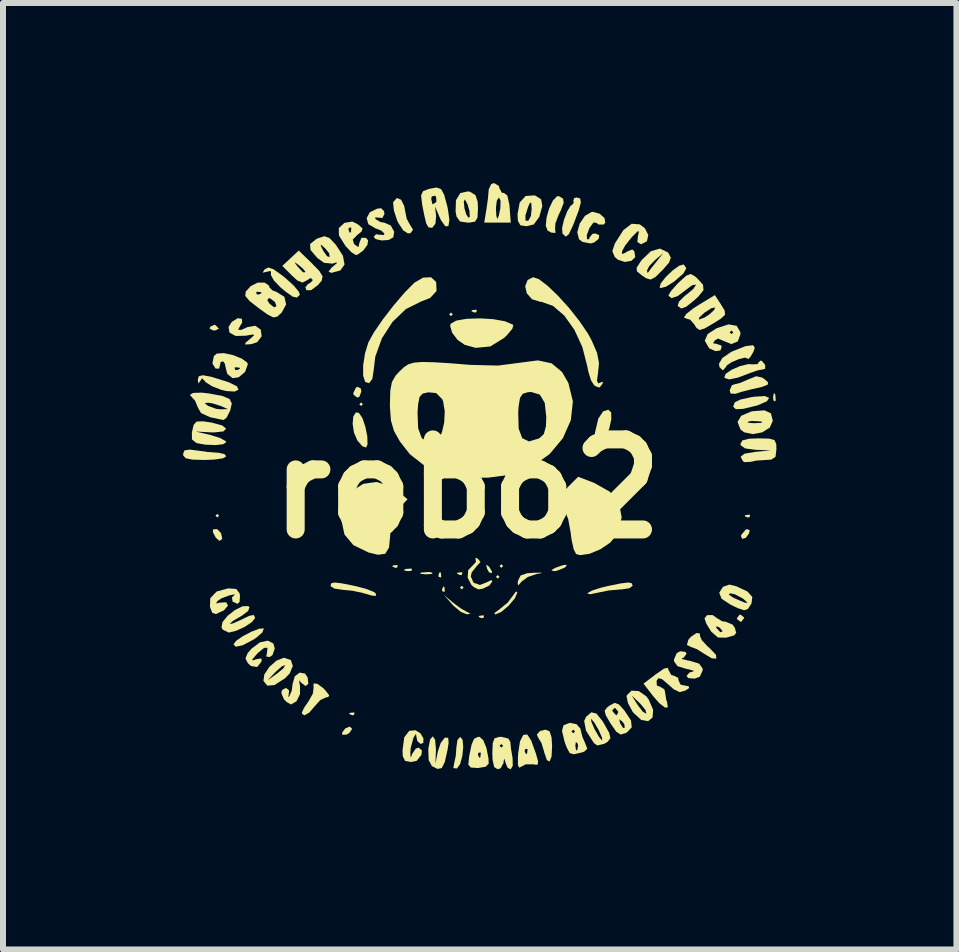
<source format=kicad_pcb>
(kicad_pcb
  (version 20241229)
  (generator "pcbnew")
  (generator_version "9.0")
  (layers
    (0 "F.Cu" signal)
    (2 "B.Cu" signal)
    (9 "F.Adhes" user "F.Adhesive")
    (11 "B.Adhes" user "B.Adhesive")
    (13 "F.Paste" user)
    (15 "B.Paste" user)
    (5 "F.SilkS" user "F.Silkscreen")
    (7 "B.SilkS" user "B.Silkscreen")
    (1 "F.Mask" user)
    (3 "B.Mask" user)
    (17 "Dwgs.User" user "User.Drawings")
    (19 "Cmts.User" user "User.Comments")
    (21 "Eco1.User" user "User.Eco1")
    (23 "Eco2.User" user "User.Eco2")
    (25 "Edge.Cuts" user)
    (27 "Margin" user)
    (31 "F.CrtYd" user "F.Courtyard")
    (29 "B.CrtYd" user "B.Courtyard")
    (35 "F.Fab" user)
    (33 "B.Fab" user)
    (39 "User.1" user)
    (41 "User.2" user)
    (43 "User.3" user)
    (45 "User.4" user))
  (footprint "robo2"
    (layer "F.Cu")
    (at 4.733 5.092)
    (property "Reference" "robo2" (at 0 0 0) (layer "F.SilkS") (effects (font (size 1.5 1.5) (thickness 0.3))))
    (attr board_only exclude_from_pos_files exclude_from_bom)
    (fp_poly (pts (xy -4.133 0.449) (xy -4.163 0.479) (xy -4.193 0.449) (xy -4.163 0.419)) (stroke (width 0) (type solid)) (fill yes) (layer "F.SilkS"))
    (fp_poly (pts (xy -1.737 -1.408) (xy -1.767 -1.378) (xy -1.797 -1.408) (xy -1.767 -1.438)) (stroke (width 0) (type solid)) (fill yes) (layer "F.SilkS"))
    (fp_poly (pts (xy -0.24 -2.905) (xy -0.27 -2.875) (xy -0.3 -2.905) (xy -0.27 -2.935)) (stroke (width 0) (type solid)) (fill yes) (layer "F.SilkS"))
    (fp_poly (pts (xy -0.06 1.647) (xy -0.09 1.677) (xy -0.12 1.647) (xy -0.09 1.617)) (stroke (width 0) (type solid)) (fill yes) (layer "F.SilkS"))
    (fp_poly (pts (xy 0.539 1.468) (xy 0.509 1.498) (xy 0.479 1.468) (xy 0.509 1.438)) (stroke (width 0) (type solid)) (fill yes) (layer "F.SilkS"))
    (fp_poly (pts (xy 0.599 1.288) (xy 0.569 1.318) (xy 0.539 1.288) (xy 0.569 1.258)) (stroke (width 0) (type solid)) (fill yes) (layer "F.SilkS"))
    (fp_poly (pts (xy -1.877 3.734) (xy -1.885 3.77) (xy -1.917 3.774) (xy -1.966 3.752) (xy -1.957 3.734) (xy -1.886 3.727)) (stroke (width 0) (type solid)) (fill yes) (layer "F.SilkS"))
    (fp_poly (pts (xy -1.158 1.278) (xy -1.166 1.314) (xy -1.198 1.318) (xy -1.247 1.296) (xy -1.238 1.278) (xy -1.167 1.271)) (stroke (width 0) (type solid)) (fill yes) (layer "F.SilkS"))
    (fp_poly (pts (xy -0.915 1.342) (xy -0.933 1.369) (xy -0.993 1.373) (xy -1.057 1.358) (xy -1.03 1.337) (xy -0.936 1.33)) (stroke (width 0) (type solid)) (fill yes) (layer "F.SilkS"))
    (fp_poly (pts (xy -0.439 1.398) (xy -0.432 1.469) (xy -0.439 1.478) (xy -0.475 1.469) (xy -0.479 1.438) (xy -0.457 1.388)) (stroke (width 0) (type solid)) (fill yes) (layer "F.SilkS"))
    (fp_poly (pts (xy -0.379 1.637) (xy -0.372 1.709) (xy -0.379 1.717) (xy -0.415 1.709) (xy -0.419 1.677) (xy -0.397 1.628)) (stroke (width 0) (type solid)) (fill yes) (layer "F.SilkS"))
    (fp_poly (pts (xy -0.08 1.398) (xy -0.088 1.433) (xy -0.12 1.438) (xy -0.169 1.416) (xy -0.16 1.398) (xy -0.089 1.391)) (stroke (width 0) (type solid)) (fill yes) (layer "F.SilkS"))
    (fp_poly (pts (xy 0.16 -2.975) (xy 0.152 -2.94) (xy 0.12 -2.935) (xy 0.071 -2.957) (xy 0.08 -2.975) (xy 0.151 -2.982)) (stroke (width 0) (type solid)) (fill yes) (layer "F.SilkS"))
    (fp_poly (pts (xy 0.28 2.117) (xy 0.271 2.152) (xy 0.24 2.157) (xy 0.19 2.135) (xy 0.2 2.117) (xy 0.271 2.109)) (stroke (width 0) (type solid)) (fill yes) (layer "F.SilkS"))
    (fp_poly (pts (xy 4.713 0.439) (xy 4.704 0.475) (xy 4.673 0.479) (xy 4.623 0.457) (xy 4.633 0.439) (xy 4.704 0.432)) (stroke (width 0) (type solid)) (fill yes) (layer "F.SilkS"))
    (fp_poly (pts (xy 5.133 -1.569) (xy 5.14 -1.475) (xy 5.128 -1.454) (xy 5.101 -1.472) (xy 5.097 -1.533) (xy 5.111 -1.597)) (stroke (width 0) (type solid)) (fill yes) (layer "F.SilkS"))
    (fp_poly (pts (xy -4.189 -2.723) (xy -4.136 -2.665) (xy -4.197 -2.637) (xy -4.227 -2.636) (xy -4.289 -2.665) (xy -4.283 -2.697) (xy -4.211 -2.731)) (stroke (width 0) (type solid)) (fill yes) (layer "F.SilkS"))
    (fp_poly (pts (xy 0.359 1.294) (xy 0.367 1.302) (xy 0.414 1.38) (xy 0.408 1.409) (xy 0.363 1.391) (xy 0.333 1.335) (xy 0.315 1.265)) (stroke (width 0) (type solid)) (fill yes) (layer "F.SilkS"))
    (fp_poly (pts (xy -4.102 0.738) (xy -4.081 0.826) (xy -4.084 0.84) (xy -4.128 0.869) (xy -4.189 0.814) (xy -4.238 0.72) (xy -4.231 0.676) (xy -4.165 0.673)) (stroke (width 0) (type solid)) (fill yes) (layer "F.SilkS"))
    (fp_poly (pts (xy -1.917 3.998) (xy -1.917 4.002) (xy -1.965 4.071) (xy -2.012 4.097) (xy -2.082 4.099) (xy -2.083 4.062) (xy -2.028 3.991) (xy -1.956 3.963)) (stroke (width 0) (type solid)) (fill yes) (layer "F.SilkS"))
    (fp_poly (pts (xy -1.774 -1.673) (xy -1.763 -1.621) (xy -1.795 -1.533) (xy -1.83 -1.518) (xy -1.892 -1.565) (xy -1.897 -1.595) (xy -1.853 -1.684) (xy -1.83 -1.698)) (stroke (width 0) (type solid)) (fill yes) (layer "F.SilkS"))
    (fp_poly (pts (xy -0.583 1.398) (xy -0.581 1.418) (xy -0.675 1.426) (xy -0.689 1.426) (xy -0.782 1.417) (xy -0.773 1.399) (xy -0.763 1.396) (xy -0.632 1.387)) (stroke (width 0) (type solid)) (fill yes) (layer "F.SilkS"))
    (fp_poly (pts (xy 1.642 1.301) (xy 1.617 1.318) (xy 1.49 1.368) (xy 1.438 1.373) (xy 1.402 1.356) (xy 1.468 1.318) (xy 1.595 1.273) (xy 1.66 1.267)) (stroke (width 0) (type solid)) (fill yes) (layer "F.SilkS"))
    (fp_poly (pts (xy 4.611 2.142) (xy 4.613 2.157) (xy 4.567 2.215) (xy 4.553 2.217) (xy 4.495 2.171) (xy 4.493 2.157) (xy 4.539 2.098) (xy 4.553 2.097)) (stroke (width 0) (type solid)) (fill yes) (layer "F.SilkS"))
    (fp_poly (pts (xy 4.707 0.691) (xy 4.696 0.744) (xy 4.641 0.819) (xy 4.581 0.836) (xy 4.561 0.787) (xy 4.567 0.768) (xy 4.64 0.683) (xy 4.661 0.673)) (stroke (width 0) (type solid)) (fill yes) (layer "F.SilkS"))
    (fp_poly (pts (xy -0.24 1.894) (xy -0.107 1.994) (xy 0 2.054) (xy 0.057 2.082) (xy -0.003 2.092) (xy -0.005 2.092) (xy -0.104 2.053) (xy -0.226 1.952) (xy -0.244 1.932) (xy -0.389 1.767)) (stroke (width 0) (type solid)) (fill yes) (layer "F.SilkS"))
    (fp_poly (pts (xy 1.24 1.406) (xy 1.168 1.418) (xy 1.011 1.47) (xy 0.908 1.546) (xy 0.849 1.612) (xy 0.841 1.575) (xy 0.849 1.528) (xy 0.89 1.446) (xy 0.998 1.408) (xy 1.109 1.4) (xy 1.233 1.398)) (stroke (width 0) (type solid)) (fill yes) (layer "F.SilkS"))
    (fp_poly (pts (xy -3.388 2.331) (xy -3.412 2.394) (xy -3.513 2.482) (xy -3.556 2.511) (xy -3.74 2.608) (xy -3.856 2.633) (xy -3.893 2.591) (xy -3.846 2.531) (xy -3.733 2.454) (xy -3.592 2.381) (xy -3.465 2.332) (xy -3.391 2.327)) (stroke (width 0) (type solid)) (fill yes) (layer "F.SilkS"))
    (fp_poly (pts (xy -1.805 -1.264) (xy -1.747 -1.181) (xy -1.697 -1.035) (xy -1.664 -0.874) (xy -1.66 -0.741) (xy -1.683 -0.686) (xy -1.746 -0.708) (xy -1.829 -0.803) (xy -1.886 -0.935) (xy -1.908 -1.08) (xy -1.897 -1.204) (xy -1.855 -1.271)) (stroke (width 0) (type solid)) (fill yes) (layer "F.SilkS"))
    (fp_poly (pts (xy -0.076 4.184) (xy -0.066 4.305) (xy -0.081 4.453) (xy -0.117 4.586) (xy -0.169 4.659) (xy -0.174 4.661) (xy -0.231 4.654) (xy -0.219 4.586) (xy -0.19 4.45) (xy -0.18 4.308) (xy -0.161 4.184) (xy -0.116 4.133)) (stroke (width 0) (type solid)) (fill yes) (layer "F.SilkS"))
    (fp_poly (pts (xy 0.837 1.725) (xy 0.837 1.725) (xy 0.795 1.825) (xy 0.692 1.947) (xy 0.57 2.051) (xy 0.469 2.095) (xy 0.467 2.095) (xy 0.454 2.07) (xy 0.532 2.014) (xy 0.533 2.013) (xy 0.675 1.897) (xy 0.755 1.791) (xy 0.812 1.712)) (stroke (width 0) (type solid)) (fill yes) (layer "F.SilkS"))
    (fp_poly (pts (xy 1.373 4.042) (xy 1.406 4.143) (xy 1.415 4.284) (xy 1.406 4.461) (xy 1.373 4.544) (xy 1.328 4.522) (xy 1.283 4.39) (xy 1.279 4.372) (xy 1.237 4.234) (xy 1.189 4.158) (xy 1.16 4.096) (xy 1.214 4.036) (xy 1.306 4.014)) (stroke (width 0) (type solid)) (fill yes) (layer "F.SilkS"))
    (fp_poly (pts (xy 2.399 -1.271) (xy 2.401 -1.155) (xy 2.367 -1.003) (xy 2.307 -0.851) (xy 2.231 -0.734) (xy 2.175 -0.693) (xy 2.126 -0.693) (xy 2.112 -0.762) (xy 2.128 -0.923) (xy 2.131 -0.944) (xy 2.185 -1.169) (xy 2.265 -1.289) (xy 2.351 -1.317)) (stroke (width 0) (type solid)) (fill yes) (layer "F.SilkS"))
    (fp_poly (pts (xy 3.609 -3.735) (xy 3.651 -3.673) (xy 3.602 -3.585) (xy 3.454 -3.456) (xy 3.448 -3.451) (xy 3.313 -3.366) (xy 3.222 -3.343) (xy 3.206 -3.353) (xy 3.225 -3.422) (xy 3.308 -3.527) (xy 3.422 -3.636) (xy 3.533 -3.716) (xy 3.607 -3.736)) (stroke (width 0) (type solid)) (fill yes) (layer "F.SilkS"))
    (fp_poly (pts (xy 5.031 -1.512) (xy 4.992 -1.456) (xy 4.84 -1.39) (xy 4.807 -1.381) (xy 4.595 -1.33) (xy 4.476 -1.325) (xy 4.434 -1.364) (xy 4.433 -1.374) (xy 4.457 -1.438) (xy 4.547 -1.484) (xy 4.726 -1.524) (xy 4.783 -1.533) (xy 4.961 -1.544)) (stroke (width 0) (type solid)) (fill yes) (layer "F.SilkS"))
    (fp_poly (pts (xy -4.508 -0.638) (xy -4.32 -0.612) (xy -4.161 -0.6) (xy -4.148 -0.6) (xy -4.043 -0.577) (xy -4.014 -0.539) (xy -4.068 -0.507) (xy -4.211 -0.486) (xy -4.373 -0.479) (xy -4.578 -0.485) (xy -4.689 -0.508) (xy -4.73 -0.553) (xy -4.733 -0.577) (xy -4.711 -0.638) (xy -4.625 -0.652)) (stroke (width 0) (type solid)) (fill yes) (layer "F.SilkS"))
    (fp_poly (pts (xy -1.1 -4.814) (xy -1.048 -4.709) (xy -1.037 -4.644) (xy -1.007 -4.497) (xy -0.961 -4.412) (xy -0.902 -4.315) (xy -0.943 -4.259) (xy -0.988 -4.253) (xy -1.065 -4.304) (xy -1.148 -4.429) (xy -1.169 -4.475) (xy -1.221 -4.636) (xy -1.234 -4.76) (xy -1.23 -4.779) (xy -1.17 -4.844)) (stroke (width 0) (type solid)) (fill yes) (layer "F.SilkS"))
    (fp_poly (pts (xy 3.877 2.411) (xy 3.879 2.455) (xy 3.911 2.527) (xy 4.01 2.631) (xy 4.039 2.655) (xy 4.145 2.767) (xy 4.151 2.83) (xy 4.075 2.826) (xy 3.952 2.752) (xy 3.824 2.671) (xy 3.729 2.637) (xy 3.66 2.602) (xy 3.685 2.516) (xy 3.726 2.468) (xy 3.819 2.404)) (stroke (width 0) (type solid)) (fill yes) (layer "F.SilkS"))
    (fp_poly (pts (xy 4.912 -1.853) (xy 4.953 -1.826) (xy 5.014 -1.772) (xy 5.006 -1.733) (xy 4.914 -1.697) (xy 4.723 -1.653) (xy 4.566 -1.613) (xy 4.469 -1.581) (xy 4.388 -1.586) (xy 4.373 -1.641) (xy 4.411 -1.725) (xy 4.448 -1.738) (xy 4.552 -1.764) (xy 4.684 -1.822) (xy 4.815 -1.874)) (stroke (width 0) (type solid)) (fill yes) (layer "F.SilkS"))
    (fp_poly (pts (xy 1.598 -4.832) (xy 1.608 -4.763) (xy 1.559 -4.635) (xy 1.524 -4.563) (xy 1.47 -4.421) (xy 1.464 -4.321) (xy 1.467 -4.314) (xy 1.471 -4.261) (xy 1.401 -4.267) (xy 1.341 -4.299) (xy 1.309 -4.379) (xy 1.322 -4.516) (xy 1.366 -4.67) (xy 1.429 -4.802) (xy 1.498 -4.873) (xy 1.529 -4.874)) (stroke (width 0) (type solid)) (fill yes) (layer "F.SilkS"))
    (fp_poly (pts (xy 2.74 1.573) (xy 2.756 1.611) (xy 2.756 1.617) (xy 2.703 1.658) (xy 2.576 1.677) (xy 2.561 1.677) (xy 2.356 1.695) (xy 2.17 1.733) (xy 2.049 1.758) (xy 2.004 1.745) (xy 2.006 1.738) (xy 2.079 1.697) (xy 2.229 1.649) (xy 2.34 1.622) (xy 2.557 1.578) (xy 2.682 1.562)) (stroke (width 0) (type solid)) (fill yes) (layer "F.SilkS"))
    (fp_poly (pts (xy -4.268 -1.866) (xy -4.044 -1.797) (xy -3.971 -1.773) (xy -3.837 -1.707) (xy -3.809 -1.651) (xy -3.872 -1.619) (xy -4.011 -1.627) (xy -4.092 -1.646) (xy -4.251 -1.707) (xy -4.358 -1.776) (xy -4.369 -1.791) (xy -4.417 -1.84) (xy -4.451 -1.789) (xy -4.479 -1.754) (xy -4.488 -1.813) (xy -4.472 -1.873) (xy -4.405 -1.891)) (stroke (width 0) (type solid)) (fill yes) (layer "F.SilkS"))
    (fp_poly (pts (xy -2.498 3.249) (xy -2.398 3.322) (xy -2.366 3.355) (xy -2.298 3.441) (xy -2.315 3.472) (xy -2.35 3.475) (xy -2.447 3.521) (xy -2.54 3.624) (xy -2.632 3.731) (xy -2.713 3.776) (xy -2.754 3.745) (xy -2.754 3.729) (xy -2.72 3.654) (xy -2.641 3.538) (xy -2.57 3.411) (xy -2.559 3.313) (xy -2.56 3.244)) (stroke (width 0) (type solid)) (fill yes) (layer "F.SilkS"))
    (fp_poly (pts (xy -2.096 1.575) (xy -1.89 1.616) (xy -1.861 1.622) (xy -1.682 1.669) (xy -1.557 1.718) (xy -1.525 1.742) (xy -1.516 1.784) (xy -1.58 1.782) (xy -1.736 1.738) (xy -1.737 1.737) (xy -1.909 1.7) (xy -2.082 1.683) (xy -2.214 1.663) (xy -2.276 1.622) (xy -2.276 1.617) (xy -2.265 1.576) (xy -2.213 1.562)) (stroke (width 0) (type solid)) (fill yes) (layer "F.SilkS"))
    (fp_poly (pts (xy 0.433 -2.825) (xy 0.628 -2.79) (xy 0.757 -2.736) (xy 0.769 -2.726) (xy 0.753 -2.666) (xy 0.667 -2.562) (xy 0.613 -2.511) (xy 0.385 -2.37) (xy 0.141 -2.347) (xy -0.041 -2.397) (xy -0.161 -2.48) (xy -0.251 -2.6) (xy -0.284 -2.714) (xy -0.274 -2.749) (xy -0.182 -2.801) (xy -0.009 -2.831) (xy 0.209 -2.838)) (stroke (width 0) (type solid)) (fill yes) (layer "F.SilkS"))
    (fp_poly (pts (xy 1.883 -4.835) (xy 1.894 -4.771) (xy 1.86 -4.641) (xy 1.778 -4.424) (xy 1.763 -4.388) (xy 1.695 -4.242) (xy 1.643 -4.199) (xy 1.592 -4.246) (xy 1.587 -4.254) (xy 1.581 -4.343) (xy 1.613 -4.481) (xy 1.667 -4.622) (xy 1.725 -4.717) (xy 1.753 -4.733) (xy 1.777 -4.77) (xy 1.767 -4.792) (xy 1.782 -4.843) (xy 1.828 -4.852)) (stroke (width 0) (type solid)) (fill yes) (layer "F.SilkS"))
    (fp_poly (pts (xy 4.912 -2.127) (xy 4.965 -2.061) (xy 4.964 -1.998) (xy 4.927 -1.987) (xy 4.843 -1.973) (xy 4.733 -1.935) (xy 4.507 -1.85) (xy 4.366 -1.821) (xy 4.293 -1.844) (xy 4.284 -1.856) (xy 4.307 -1.914) (xy 4.406 -1.982) (xy 4.544 -2.042) (xy 4.681 -2.076) (xy 4.769 -2.072) (xy 4.842 -2.077) (xy 4.852 -2.102) (xy 4.889 -2.136)) (stroke (width 0) (type solid)) (fill yes) (layer "F.SilkS"))
    (fp_poly (pts (xy -3.226 -3.656) (xy -3.085 -3.556) (xy -3.027 -3.509) (xy -2.887 -3.382) (xy -2.802 -3.278) (xy -2.788 -3.23) (xy -2.836 -3.185) (xy -2.907 -3.2) (xy -3.026 -3.284) (xy -3.107 -3.352) (xy -3.22 -3.469) (xy -3.271 -3.563) (xy -3.268 -3.589) (xy -3.274 -3.628) (xy -3.337 -3.615) (xy -3.408 -3.599) (xy -3.38 -3.646) (xy -3.372 -3.655) (xy -3.313 -3.686)) (stroke (width 0) (type solid)) (fill yes) (layer "F.SilkS"))
    (fp_poly (pts (xy -1.282 -0.045) (xy -1.17 0.03) (xy -0.993 0.175) (xy -1.134 0.325) (xy -1.232 0.471) (xy -1.276 0.661) (xy -1.282 0.774) (xy -1.302 0.98) (xy -1.365 1.084) (xy -1.49 1.1) (xy -1.647 1.061) (xy -1.897 0.939) (xy -2.044 0.763) (xy -2.096 0.521) (xy -2.097 0.494) (xy -2.048 0.234) (xy -1.919 0.039) (xy -1.733 -0.081) (xy -1.513 -0.113)) (stroke (width 0) (type solid)) (fill yes) (layer "F.SilkS"))
    (fp_poly (pts (xy -0.534 4.183) (xy -0.52 4.346) (xy -0.521 4.359) (xy -0.529 4.583) (xy -0.489 4.378) (xy -0.44 4.233) (xy -0.374 4.149) (xy -0.366 4.146) (xy -0.316 4.151) (xy -0.309 4.232) (xy -0.327 4.35) (xy -0.373 4.553) (xy -0.423 4.654) (xy -0.495 4.668) (xy -0.588 4.621) (xy -0.641 4.521) (xy -0.648 4.337) (xy -0.617 4.175) (xy -0.572 4.125)) (stroke (width 0) (type solid)) (fill yes) (layer "F.SilkS"))
    (fp_poly (pts (xy 4.792 -2.351) (xy 4.769 -2.282) (xy 4.723 -2.203) (xy 4.683 -2.159) (xy 4.674 -2.168) (xy 4.628 -2.184) (xy 4.524 -2.158) (xy 4.408 -2.109) (xy 4.327 -2.056) (xy 4.313 -2.031) (xy 4.267 -1.978) (xy 4.253 -1.977) (xy 4.203 -2.026) (xy 4.195 -2.082) (xy 4.25 -2.177) (xy 4.392 -2.275) (xy 4.424 -2.291) (xy 4.639 -2.376) (xy 4.762 -2.391)) (stroke (width 0) (type solid)) (fill yes) (layer "F.SilkS"))
    (fp_poly (pts (xy -4.261 -1.103) (xy -4.083 -1.055) (xy -4.016 -1.001) (xy -4.06 -0.955) (xy -4.214 -0.938) (xy -4.268 -0.939) (xy -4.523 -0.953) (xy -4.268 -0.893) (xy -4.114 -0.844) (xy -4.023 -0.793) (xy -4.014 -0.775) (xy -4.066 -0.741) (xy -4.196 -0.727) (xy -4.362 -0.734) (xy -4.508 -0.76) (xy -4.585 -0.82) (xy -4.586 -0.94) (xy -4.557 -1.064) (xy -4.508 -1.119) (xy -4.402 -1.123)) (stroke (width 0) (type solid)) (fill yes) (layer "F.SilkS"))
    (fp_poly (pts (xy 0.18 1.168) (xy 0.222 1.221) (xy 0.16 1.288) (xy 0.159 1.289) (xy 0.076 1.394) (xy 0.06 1.461) (xy 0.106 1.566) (xy 0.213 1.603) (xy 0.33 1.557) (xy 0.403 1.521) (xy 0.419 1.544) (xy 0.37 1.612) (xy 0.259 1.666) (xy 0.187 1.677) (xy 0.112 1.64) (xy 0.072 1.605) (xy 0.008 1.483) (xy 0.017 1.356) (xy 0.09 1.28) (xy 0.147 1.219) (xy 0.14 1.183) (xy 0.139 1.149)) (stroke (width 0) (type solid)) (fill yes) (layer "F.SilkS"))
    (fp_poly (pts (xy 2.118 -0.096) (xy 2.376 0.05) (xy 2.53 0.245) (xy 2.574 0.478) (xy 2.505 0.74) (xy 2.489 0.773) (xy 2.382 0.899) (xy 2.218 1.009) (xy 2.038 1.084) (xy 1.882 1.107) (xy 1.815 1.088) (xy 1.775 1.01) (xy 1.74 0.854) (xy 1.724 0.733) (xy 1.682 0.503) (xy 1.61 0.33) (xy 1.585 0.297) (xy 1.522 0.216) (xy 1.52 0.151) (xy 1.589 0.062) (xy 1.662 -0.012) (xy 1.849 -0.199)) (stroke (width 0) (type solid)) (fill yes) (layer "F.SilkS"))
    (fp_poly (pts (xy -3.754 -2.832) (xy -3.749 -2.767) (xy -3.778 -2.72) (xy -3.817 -2.649) (xy -3.763 -2.646) (xy -3.662 -2.692) (xy -3.53 -2.715) (xy -3.439 -2.651) (xy -3.424 -2.539) (xy -3.498 -2.441) (xy -3.595 -2.409) (xy -3.698 -2.402) (xy -3.694 -2.431) (xy -3.624 -2.49) (xy -3.55 -2.555) (xy -3.567 -2.571) (xy -3.689 -2.549) (xy -3.69 -2.549) (xy -3.857 -2.545) (xy -3.959 -2.6) (xy -3.976 -2.695) (xy -3.921 -2.78) (xy -3.823 -2.841)) (stroke (width 0) (type solid)) (fill yes) (layer "F.SilkS"))
    (fp_poly (pts (xy -3.23 2.577) (xy -3.205 2.661) (xy -3.243 2.77) (xy -3.289 2.804) (xy -3.347 2.796) (xy -3.336 2.734) (xy -3.326 2.65) (xy -3.38 2.65) (xy -3.482 2.732) (xy -3.507 2.758) (xy -3.58 2.844) (xy -3.572 2.861) (xy -3.508 2.839) (xy -3.427 2.827) (xy -3.425 2.877) (xy -3.498 2.97) (xy -3.601 2.954) (xy -3.654 2.906) (xy -3.694 2.827) (xy -3.658 2.74) (xy -3.59 2.662) (xy -3.452 2.559) (xy -3.322 2.531)) (stroke (width 0) (type solid)) (fill yes) (layer "F.SilkS"))
    (fp_poly (pts (xy -2.937 2.855) (xy -2.905 2.952) (xy -2.956 3.077) (xy -3.036 3.159) (xy -3.21 3.271) (xy -3.329 3.281) (xy -3.394 3.202) (xy -3.393 3.192) (xy -3.325 3.192) (xy -3.166 3.079) (xy -3.065 2.995) (xy -3.031 2.941) (xy -3.033 2.939) (xy -3.086 2.958) (xy -3.182 3.042) (xy -3.192 3.052) (xy -3.325 3.192) (xy -3.393 3.192) (xy -3.38 3.095) (xy -3.296 2.969) (xy -3.176 2.863) (xy -3.056 2.816) (xy -3.051 2.816)) (stroke (width 0) (type solid)) (fill yes) (layer "F.SilkS"))
    (fp_poly (pts (xy 0.267 4.187) (xy 0.321 4.319) (xy 0.355 4.492) (xy 0.359 4.58) (xy 0.307 4.632) (xy 0.179 4.653) (xy 0.061 4.645) (xy 0.019 4.597) (xy 0.031 4.475) (xy 0.037 4.438) (xy 0.038 4.433) (xy 0.18 4.433) (xy 0.202 4.482) (xy 0.22 4.473) (xy 0.227 4.402) (xy 0.22 4.393) (xy 0.184 4.401) (xy 0.18 4.433) (xy 0.038 4.433) (xy 0.075 4.257) (xy 0.116 4.166) (xy 0.175 4.135) (xy 0.206 4.133)) (stroke (width 0) (type solid)) (fill yes) (layer "F.SilkS"))
    (fp_poly (pts (xy 1.135 -4.883) (xy 1.232 -4.822) (xy 1.252 -4.709) (xy 1.2 -4.527) (xy 1.11 -4.403) (xy 0.99 -4.373) (xy 0.886 -4.389) (xy 0.845 -4.462) (xy 0.84 -4.556) (xy 0.971 -4.556) (xy 0.971 -4.468) (xy 1.018 -4.463) (xy 1.062 -4.545) (xy 1.074 -4.661) (xy 1.067 -4.766) (xy 1.045 -4.761) (xy 1.018 -4.703) (xy 0.971 -4.556) (xy 0.84 -4.556) (xy 0.839 -4.575) (xy 0.875 -4.768) (xy 0.974 -4.877) (xy 1.122 -4.887)) (stroke (width 0) (type solid)) (fill yes) (layer "F.SilkS"))
    (fp_poly (pts (xy 5.03 -0.835) (xy 5.118 -0.811) (xy 5.149 -0.748) (xy 5.152 -0.659) (xy 5.137 -0.532) (xy 5.067 -0.485) (xy 4.977 -0.479) (xy 4.82 -0.469) (xy 4.719 -0.447) (xy 4.62 -0.443) (xy 4.595 -0.457) (xy 4.555 -0.533) (xy 4.621 -0.584) (xy 4.798 -0.614) (xy 4.807 -0.615) (xy 5.062 -0.638) (xy 4.807 -0.648) (xy 4.632 -0.671) (xy 4.558 -0.722) (xy 4.553 -0.749) (xy 4.585 -0.805) (xy 4.696 -0.833) (xy 4.852 -0.839)) (stroke (width 0) (type solid)) (fill yes) (layer "F.SilkS"))
    (fp_poly (pts (xy 5.06 -1.256) (xy 5.092 -1.133) (xy 5.041 -1.018) (xy 4.915 -0.939) (xy 4.758 -0.91) (xy 4.613 -0.94) (xy 4.553 -0.988) (xy 4.508 -1.102) (xy 4.669 -1.102) (xy 4.752 -1.093) (xy 4.792 -1.092) (xy 4.901 -1.098) (xy 4.914 -1.114) (xy 4.897 -1.12) (xy 4.745 -1.129) (xy 4.688 -1.12) (xy 4.669 -1.102) (xy 4.508 -1.102) (xy 4.504 -1.112) (xy 4.565 -1.215) (xy 4.728 -1.285) (xy 4.755 -1.291) (xy 4.952 -1.306)) (stroke (width 0) (type solid)) (fill yes) (layer "F.SilkS"))
    (fp_poly (pts (xy 2.858 3.371) (xy 2.982 3.456) (xy 3.022 3.508) (xy 3.098 3.683) (xy 3.088 3.811) (xy 3.015 3.873) (xy 2.9 3.852) (xy 2.768 3.731) (xy 2.756 3.715) (xy 2.679 3.573) (xy 2.655 3.458) (xy 2.658 3.445) (xy 2.741 3.445) (xy 2.846 3.611) (xy 2.926 3.715) (xy 2.982 3.747) (xy 2.985 3.744) (xy 2.97 3.685) (xy 2.889 3.587) (xy 2.88 3.578) (xy 2.741 3.445) (xy 2.658 3.445) (xy 2.658 3.442) (xy 2.738 3.364)) (stroke (width 0) (type solid)) (fill yes) (layer "F.SilkS"))
    (fp_poly (pts (xy 3.637 2.719) (xy 3.654 2.751) (xy 3.606 2.816) (xy 3.579 2.823) (xy 3.58 2.837) (xy 3.675 2.861) (xy 3.714 2.868) (xy 3.864 2.914) (xy 3.921 2.992) (xy 3.924 3.025) (xy 3.875 3.132) (xy 3.789 3.164) (xy 3.685 3.155) (xy 3.654 3.119) (xy 3.704 3.061) (xy 3.759 3.047) (xy 3.778 3.034) (xy 3.696 3.01) (xy 3.654 3.002) (xy 3.504 2.956) (xy 3.447 2.878) (xy 3.445 2.846) (xy 3.49 2.74) (xy 3.549 2.707)) (stroke (width 0) (type solid)) (fill yes) (layer "F.SilkS"))
    (fp_poly (pts (xy -3.848 1.67) (xy -3.793 1.741) (xy -3.785 1.782) (xy -3.792 1.887) (xy -3.826 1.917) (xy -3.908 1.881) (xy -3.919 1.81) (xy -3.879 1.773) (xy -3.871 1.759) (xy -3.954 1.775) (xy -4.092 1.825) (xy -4.163 1.873) (xy -4.181 1.912) (xy -4.12 1.898) (xy -4.013 1.892) (xy -3.985 1.948) (xy -4.052 2.025) (xy -4.068 2.034) (xy -4.187 2.088) (xy -4.246 2.068) (xy -4.285 1.97) (xy -4.28 1.823) (xy -4.175 1.713) (xy -3.986 1.661) (xy -3.979 1.66)) (stroke (width 0) (type solid)) (fill yes) (layer "F.SilkS"))
    (fp_poly (pts (xy -2.701 3.08) (xy -2.658 3.143) (xy -2.646 3.25) (xy -2.692 3.288) (xy -2.763 3.233) (xy -2.801 3.192) (xy -2.792 3.255) (xy -2.785 3.283) (xy -2.785 3.421) (xy -2.843 3.541) (xy -2.934 3.594) (xy -2.935 3.594) (xy -3.007 3.554) (xy -3.053 3.507) (xy -3.096 3.405) (xy -3.086 3.356) (xy -3.02 3.318) (xy -2.967 3.358) (xy -2.974 3.434) (xy -2.983 3.471) (xy -2.963 3.457) (xy -2.923 3.367) (xy -2.908 3.249) (xy -2.871 3.124) (xy -2.789 3.063)) (stroke (width 0) (type solid)) (fill yes) (layer "F.SilkS"))
    (fp_poly (pts (xy -0.518 -3.446) (xy -0.517 -3.445) (xy -0.51 -3.294) (xy -0.616 -3.179) (xy -0.772 -3.117) (xy -1.021 -2.993) (xy -1.244 -2.779) (xy -1.421 -2.505) (xy -1.531 -2.2) (xy -1.558 -1.973) (xy -1.58 -1.828) (xy -1.635 -1.758) (xy -1.699 -1.779) (xy -1.733 -1.881) (xy -1.733 -2.054) (xy -1.702 -2.256) (xy -1.646 -2.438) (xy -1.556 -2.601) (xy -1.408 -2.817) (xy -1.229 -3.049) (xy -1.045 -3.265) (xy -0.883 -3.429) (xy -0.883 -3.43) (xy -0.735 -3.517) (xy -0.602 -3.523)) (stroke (width 0) (type solid)) (fill yes) (layer "F.SilkS"))
    (fp_poly (pts (xy 1.066 4.193) (xy 1.07 4.204) (xy 1.148 4.421) (xy 1.182 4.546) (xy 1.173 4.598) (xy 1.124 4.597) (xy 1.108 4.591) (xy 0.976 4.591) (xy 0.917 4.622) (xy 0.867 4.648) (xy 0.845 4.602) (xy 0.846 4.462) (xy 0.85 4.403) (xy 0.855 4.373) (xy 0.958 4.373) (xy 0.98 4.422) (xy 0.998 4.413) (xy 1.006 4.342) (xy 0.998 4.333) (xy 0.963 4.341) (xy 0.958 4.373) (xy 0.855 4.373) (xy 0.88 4.209) (xy 0.934 4.102) (xy 1 4.094)) (stroke (width 0) (type solid)) (fill yes) (layer "F.SilkS"))
    (fp_poly (pts (xy 2.208 -4.581) (xy 2.288 -4.509) (xy 2.301 -4.432) (xy 2.273 -4.401) (xy 2.185 -4.402) (xy 2.161 -4.426) (xy 2.106 -4.437) (xy 2.037 -4.344) (xy 1.992 -4.223) (xy 1.997 -4.154) (xy 2.034 -4.159) (xy 2.037 -4.183) (xy 2.085 -4.244) (xy 2.132 -4.253) (xy 2.201 -4.224) (xy 2.19 -4.162) (xy 2.116 -4.103) (xy 2.057 -4.086) (xy 1.923 -4.111) (xy 1.863 -4.156) (xy 1.834 -4.272) (xy 1.875 -4.418) (xy 1.962 -4.546) (xy 2.073 -4.611) (xy 2.091 -4.613)) (stroke (width 0) (type solid)) (fill yes) (layer "F.SilkS"))
    (fp_poly (pts (xy 4.484 1.625) (xy 4.67 1.713) (xy 4.75 1.802) (xy 4.737 1.908) (xy 4.729 1.923) (xy 4.677 2.004) (xy 4.614 2.025) (xy 4.504 1.988) (xy 4.388 1.932) (xy 4.237 1.832) (xy 4.212 1.765) (xy 4.36 1.765) (xy 4.437 1.817) (xy 4.463 1.829) (xy 4.619 1.896) (xy 4.672 1.905) (xy 4.626 1.856) (xy 4.586 1.825) (xy 4.458 1.758) (xy 4.377 1.742) (xy 4.36 1.765) (xy 4.212 1.765) (xy 4.199 1.733) (xy 4.261 1.634) (xy 4.368 1.597)) (stroke (width 0) (type solid)) (fill yes) (layer "F.SilkS"))
    (fp_poly (pts (xy -3.626 1.974) (xy -3.649 2.036) (xy -3.751 2.114) (xy -3.772 2.126) (xy -3.894 2.197) (xy -3.953 2.246) (xy -3.954 2.25) (xy -3.908 2.246) (xy -3.795 2.197) (xy -3.777 2.188) (xy -3.628 2.117) (xy -3.556 2.103) (xy -3.535 2.144) (xy -3.534 2.155) (xy -3.584 2.22) (xy -3.702 2.299) (xy -3.845 2.365) (xy -3.967 2.396) (xy -3.974 2.396) (xy -4.071 2.348) (xy -4.093 2.312) (xy -4.076 2.221) (xy -3.989 2.115) (xy -3.867 2.02) (xy -3.741 1.958) (xy -3.647 1.955)) (stroke (width 0) (type solid)) (fill yes) (layer "F.SilkS"))
    (fp_poly (pts (xy -1.385 -4.624) (xy -1.378 -4.576) (xy -1.414 -4.509) (xy -1.471 -4.516) (xy -1.533 -4.52) (xy -1.527 -4.492) (xy -1.443 -4.442) (xy -1.381 -4.433) (xy -1.273 -4.386) (xy -1.216 -4.281) (xy -1.231 -4.188) (xy -1.308 -4.144) (xy -1.425 -4.136) (xy -1.526 -4.159) (xy -1.558 -4.2) (xy -1.514 -4.24) (xy -1.468 -4.232) (xy -1.39 -4.227) (xy -1.378 -4.249) (xy -1.429 -4.3) (xy -1.528 -4.338) (xy -1.647 -4.407) (xy -1.675 -4.508) (xy -1.623 -4.605) (xy -1.5 -4.666) (xy -1.433 -4.673)) (stroke (width 0) (type solid)) (fill yes) (layer "F.SilkS"))
    (fp_poly (pts (xy -0.779 4.074) (xy -0.729 4.158) (xy -0.73 4.232) (xy -0.774 4.253) (xy -0.831 4.204) (xy -0.843 4.148) (xy -0.853 4.084) (xy -0.883 4.128) (xy -0.899 4.163) (xy -0.941 4.321) (xy -0.947 4.403) (xy -0.941 4.479) (xy -0.923 4.44) (xy -0.917 4.418) (xy -0.856 4.329) (xy -0.81 4.313) (xy -0.755 4.359) (xy -0.761 4.433) (xy -0.842 4.534) (xy -0.936 4.553) (xy -1.035 4.534) (xy -1.073 4.455) (xy -1.077 4.358) (xy -1.049 4.143) (xy -0.966 4.034) (xy -0.862 4.023)) (stroke (width 0) (type solid)) (fill yes) (layer "F.SilkS"))
    (fp_poly (pts (xy 0.049 -4.946) (xy 0.138 -4.892) (xy 0.175 -4.782) (xy 0.18 -4.669) (xy 0.172 -4.517) (xy 0.132 -4.45) (xy 0.035 -4.433) (xy 0.007 -4.433) (xy -0.12 -4.452) (xy -0.177 -4.534) (xy -0.193 -4.615) (xy -0.188 -4.782) (xy -0.056 -4.782) (xy -0.045 -4.669) (xy -0.014 -4.567) (xy 0.022 -4.514) (xy 0.043 -4.531) (xy 0.038 -4.629) (xy 0.006 -4.738) (xy -0.038 -4.82) (xy -0.056 -4.786) (xy -0.056 -4.782) (xy -0.188 -4.782) (xy -0.187 -4.807) (xy -0.114 -4.926) (xy 0.013 -4.954)) (stroke (width 0) (type solid)) (fill yes) (layer "F.SilkS"))
    (fp_poly (pts (xy 4.163 2.157) (xy 4.248 2.208) (xy 4.31 2.217) (xy 4.422 2.264) (xy 4.458 2.315) (xy 4.482 2.4) (xy 4.448 2.443) (xy 4.327 2.478) (xy 4.313 2.481) (xy 4.178 2.479) (xy 4.068 2.383) (xy 4.059 2.37) (xy 4.012 2.294) (xy 4.143 2.294) (xy 4.158 2.327) (xy 4.218 2.391) (xy 4.253 2.378) (xy 4.253 2.37) (xy 4.211 2.319) (xy 4.184 2.301) (xy 4.143 2.294) (xy 4.012 2.294) (xy 3.983 2.245) (xy 3.954 2.16) (xy 3.997 2.106) (xy 4.088 2.104)) (stroke (width 0) (type solid)) (fill yes) (layer "F.SilkS"))
    (fp_poly (pts (xy 0.685 4.162) (xy 0.719 4.216) (xy 0.73 4.331) (xy 0.756 4.485) (xy 0.76 4.616) (xy 0.724 4.676) (xy 0.673 4.647) (xy 0.64 4.568) (xy 0.618 4.494) (xy 0.608 4.537) (xy 0.606 4.568) (xy 0.558 4.657) (xy 0.509 4.673) (xy 0.45 4.637) (xy 0.423 4.517) (xy 0.419 4.403) (xy 0.424 4.283) (xy 0.539 4.283) (xy 0.569 4.313) (xy 0.599 4.283) (xy 0.569 4.253) (xy 0.539 4.283) (xy 0.424 4.283) (xy 0.426 4.237) (xy 0.456 4.158) (xy 0.529 4.135) (xy 0.569 4.133)) (stroke (width 0) (type solid)) (fill yes) (layer "F.SilkS"))
    (fp_poly (pts (xy 3.341 -3.939) (xy 3.354 -3.925) (xy 3.393 -3.85) (xy 3.363 -3.767) (xy 3.263 -3.652) (xy 3.139 -3.529) (xy 3.057 -3.484) (xy 2.978 -3.508) (xy 2.902 -3.56) (xy 2.828 -3.622) (xy 2.827 -3.635) (xy 2.995 -3.635) (xy 3.006 -3.595) (xy 3.011 -3.599) (xy 3.055 -3.659) (xy 3.142 -3.769) (xy 3.146 -3.774) (xy 3.265 -3.924) (xy 3.13 -3.81) (xy 3.033 -3.709) (xy 2.995 -3.635) (xy 2.827 -3.635) (xy 2.823 -3.682) (xy 2.889 -3.784) (xy 2.911 -3.814) (xy 3.061 -3.957) (xy 3.211 -4.001)) (stroke (width 0) (type solid)) (fill yes) (layer "F.SilkS"))
    (fp_poly (pts (xy 4.49 -2.714) (xy 4.551 -2.609) (xy 4.553 -2.576) (xy 4.508 -2.454) (xy 4.402 -2.41) (xy 4.28 -2.459) (xy 4.179 -2.502) (xy 4.125 -2.471) (xy 4.097 -2.421) (xy 4.142 -2.417) (xy 4.227 -2.389) (xy 4.241 -2.366) (xy 4.22 -2.304) (xy 4.137 -2.292) (xy 4.04 -2.335) (xy 4.027 -2.347) (xy 3.958 -2.466) (xy 4.006 -2.576) (xy 4.051 -2.606) (xy 4.373 -2.606) (xy 4.403 -2.576) (xy 4.433 -2.606) (xy 4.403 -2.636) (xy 4.373 -2.606) (xy 4.051 -2.606) (xy 4.158 -2.675) (xy 4.355 -2.738)) (stroke (width 0) (type solid)) (fill yes) (layer "F.SilkS"))
    (fp_poly (pts (xy 2.153 3.745) (xy 2.252 3.868) (xy 2.277 3.909) (xy 2.365 4.065) (xy 2.387 4.155) (xy 2.342 4.214) (xy 2.283 4.25) (xy 2.167 4.277) (xy 2.111 4.237) (xy 1.98 4.03) (xy 1.949 3.87) (xy 1.965 3.834) (xy 2.064 3.834) (xy 2.068 3.88) (xy 2.116 3.993) (xy 2.127 4.014) (xy 2.197 4.135) (xy 2.246 4.193) (xy 2.25 4.193) (xy 2.246 4.147) (xy 2.197 4.034) (xy 2.187 4.014) (xy 2.116 3.892) (xy 2.067 3.835) (xy 2.064 3.834) (xy 1.965 3.834) (xy 1.98 3.8) (xy 2.069 3.725)) (stroke (width 0) (type solid)) (fill yes) (layer "F.SilkS"))
    (fp_poly (pts (xy 2.875 -4.404) (xy 2.959 -4.341) (xy 3.017 -4.228) (xy 2.995 -4.123) (xy 2.902 -4.074) (xy 2.895 -4.074) (xy 2.835 -4.11) (xy 2.845 -4.208) (xy 2.862 -4.287) (xy 2.836 -4.285) (xy 2.751 -4.199) (xy 2.729 -4.175) (xy 2.632 -4.052) (xy 2.58 -3.955) (xy 2.581 -3.909) (xy 2.642 -3.935) (xy 2.66 -3.949) (xy 2.75 -3.986) (xy 2.784 -3.957) (xy 2.8 -3.859) (xy 2.735 -3.796) (xy 2.626 -3.778) (xy 2.51 -3.816) (xy 2.459 -3.86) (xy 2.418 -3.958) (xy 2.46 -4.085) (xy 2.602 -4.308) (xy 2.74 -4.414)) (stroke (width 0) (type solid)) (fill yes) (layer "F.SilkS"))
    (fp_poly (pts (xy 3.793 -3.54) (xy 3.833 -3.505) (xy 3.929 -3.399) (xy 3.937 -3.308) (xy 3.85 -3.2) (xy 3.789 -3.144) (xy 3.651 -3.033) (xy 3.568 -3.002) (xy 3.513 -3.041) (xy 3.507 -3.051) (xy 3.529 -3.117) (xy 3.624 -3.212) (xy 3.657 -3.237) (xy 3.767 -3.328) (xy 3.81 -3.393) (xy 3.807 -3.401) (xy 3.746 -3.389) (xy 3.643 -3.312) (xy 3.635 -3.305) (xy 3.505 -3.208) (xy 3.402 -3.175) (xy 3.355 -3.215) (xy 3.355 -3.224) (xy 3.394 -3.292) (xy 3.493 -3.404) (xy 3.533 -3.444) (xy 3.65 -3.549) (xy 3.723 -3.578)) (stroke (width 0) (type solid)) (fill yes) (layer "F.SilkS"))
    (fp_poly (pts (xy -4.299 -1.587) (xy -4.078 -1.545) (xy -3.958 -1.495) (xy -3.921 -1.42) (xy -3.948 -1.304) (xy -3.95 -1.298) (xy -4.008 -1.185) (xy -4.057 -1.145) (xy -4.144 -1.162) (xy -4.283 -1.191) (xy -4.434 -1.261) (xy -4.484 -1.348) (xy -4.517 -1.427) (xy -4.373 -1.427) (xy -4.328 -1.388) (xy -4.313 -1.378) (xy -4.177 -1.33) (xy -4.104 -1.323) (xy -3.984 -1.326) (xy -4.104 -1.378) (xy -4.243 -1.422) (xy -4.313 -1.433) (xy -4.373 -1.427) (xy -4.517 -1.427) (xy -4.533 -1.467) (xy -4.573 -1.509) (xy -4.62 -1.564) (xy -4.565 -1.596) (xy -4.425 -1.601)) (stroke (width 0) (type solid)) (fill yes) (layer "F.SilkS"))
    (fp_poly (pts (xy -3.899 -2.226) (xy -3.755 -2.168) (xy -3.665 -2.102) (xy -3.654 -2.074) (xy -3.7 -1.946) (xy -3.807 -1.856) (xy -3.909 -1.842) (xy -3.997 -1.913) (xy -4.014 -1.978) (xy -4.023 -2.017) (xy -3.874 -2.017) (xy -3.866 -1.981) (xy -3.834 -1.977) (xy -3.785 -1.999) (xy -3.794 -2.017) (xy -3.865 -2.024) (xy -3.874 -2.017) (xy -4.023 -2.017) (xy -4.039 -2.088) (xy -4.067 -2.122) (xy -4.11 -2.109) (xy -4.112 -2.081) (xy -4.132 -2.001) (xy -4.191 -2.001) (xy -4.239 -2.077) (xy -4.243 -2.095) (xy -4.22 -2.21) (xy -4.17 -2.252) (xy -4.053 -2.259)) (stroke (width 0) (type solid)) (fill yes) (layer "F.SilkS"))
    (fp_poly (pts (xy -2.294 -4.176) (xy -2.187 -4.063) (xy -2.07 -3.882) (xy -2.043 -3.736) (xy -2.109 -3.641) (xy -2.132 -3.631) (xy -2.263 -3.596) (xy -2.31 -3.616) (xy -2.258 -3.685) (xy -2.246 -3.694) (xy -2.167 -3.761) (xy -2.181 -3.77) (xy -2.241 -3.75) (xy -2.383 -3.763) (xy -2.495 -3.843) (xy -2.61 -3.977) (xy -2.615 -4.044) (xy -2.438 -4.044) (xy -2.398 -3.964) (xy -2.334 -3.873) (xy -2.29 -3.86) (xy -2.3 -3.923) (xy -2.362 -4) (xy -2.436 -4.067) (xy -2.438 -4.044) (xy -2.615 -4.044) (xy -2.618 -4.075) (xy -2.517 -4.157) (xy -2.486 -4.173) (xy -2.379 -4.207)) (stroke (width 0) (type solid)) (fill yes) (layer "F.SilkS"))
    (fp_poly (pts (xy 3.355 3.022) (xy 3.401 3.104) (xy 3.445 3.115) (xy 3.516 3.153) (xy 3.519 3.187) (xy 3.552 3.26) (xy 3.579 3.27) (xy 3.692 3.291) (xy 3.696 3.322) (xy 3.634 3.363) (xy 3.541 3.389) (xy 3.44 3.34) (xy 3.357 3.267) (xy 3.245 3.171) (xy 3.185 3.157) (xy 3.155 3.201) (xy 3.161 3.281) (xy 3.207 3.295) (xy 3.285 3.341) (xy 3.295 3.38) (xy 3.316 3.512) (xy 3.331 3.559) (xy 3.343 3.643) (xy 3.294 3.645) (xy 3.202 3.574) (xy 3.094 3.451) (xy 2.938 3.247) (xy 3.147 3.088) (xy 3.279 2.997) (xy 3.342 2.983)) (stroke (width 0) (type solid)) (fill yes) (layer "F.SilkS"))
    (fp_poly (pts (xy 4.22 -3.083) (xy 4.29 -2.968) (xy 4.296 -2.898) (xy 4.225 -2.832) (xy 4.111 -2.761) (xy 3.959 -2.671) (xy 3.873 -2.644) (xy 3.82 -2.679) (xy 3.781 -2.741) (xy 3.713 -2.818) (xy 3.707 -2.819) (xy 3.859 -2.819) (xy 3.864 -2.819) (xy 3.955 -2.852) (xy 4.039 -2.907) (xy 4.118 -2.982) (xy 4.128 -3.021) (xy 4.068 -3.007) (xy 3.959 -2.937) (xy 3.953 -2.933) (xy 3.868 -2.855) (xy 3.859 -2.819) (xy 3.707 -2.819) (xy 3.675 -2.826) (xy 3.616 -2.849) (xy 3.613 -2.856) (xy 3.651 -2.912) (xy 3.765 -3.003) (xy 3.862 -3.065) (xy 4.126 -3.226)) (stroke (width 0) (type solid)) (fill yes) (layer "F.SilkS"))
    (fp_poly (pts (xy -2.601 -3.769) (xy -2.465 -3.63) (xy -2.409 -3.539) (xy -2.424 -3.465) (xy -2.49 -3.389) (xy -2.601 -3.308) (xy -2.678 -3.307) (xy -2.696 -3.355) (xy -2.65 -3.413) (xy -2.636 -3.415) (xy -2.579 -3.461) (xy -2.576 -3.482) (xy -2.607 -3.512) (xy -2.669 -3.472) (xy -2.745 -3.434) (xy -2.829 -3.469) (xy -2.921 -3.553) (xy -3.08 -3.712) (xy -3.014 -3.774) (xy -2.872 -3.774) (xy -2.857 -3.743) (xy -2.823 -3.699) (xy -2.736 -3.606) (xy -2.697 -3.606) (xy -2.696 -3.617) (xy -2.737 -3.667) (xy -2.801 -3.722) (xy -2.872 -3.774) (xy -3.014 -3.774) (xy -2.943 -3.84) (xy -2.806 -3.968)) (stroke (width 0) (type solid)) (fill yes) (layer "F.SilkS"))
    (fp_poly (pts (xy 0.529 -5.044) (xy 0.539 -5.002) (xy 0.578 -4.931) (xy 0.614 -4.927) (xy 0.67 -4.883) (xy 0.704 -4.729) (xy 0.707 -4.688) (xy 0.726 -4.433) (xy 0.505 -4.433) (xy 0.284 -4.433) (xy 0.321 -4.658) (xy 0.323 -4.673) (xy 0.479 -4.673) (xy 0.486 -4.546) (xy 0.502 -4.493) (xy 0.502 -4.493) (xy 0.526 -4.545) (xy 0.552 -4.67) (xy 0.552 -4.673) (xy 0.556 -4.798) (xy 0.53 -4.852) (xy 0.529 -4.852) (xy 0.494 -4.8) (xy 0.479 -4.675) (xy 0.479 -4.673) (xy 0.323 -4.673) (xy 0.346 -4.835) (xy 0.358 -4.974) (xy 0.359 -4.987) (xy 0.401 -5.076) (xy 0.449 -5.092)) (stroke (width 0) (type solid)) (fill yes) (layer "F.SilkS"))
    (fp_poly (pts (xy 1.822 3.923) (xy 1.887 3.997) (xy 1.89 4.015) (xy 1.92 4.136) (xy 1.963 4.232) (xy 2.001 4.332) (xy 1.949 4.381) (xy 1.901 4.396) (xy 1.776 4.424) (xy 1.708 4.404) (xy 1.657 4.309) (xy 1.646 4.278) (xy 1.802 4.278) (xy 1.813 4.356) (xy 1.833 4.357) (xy 1.848 4.277) (xy 1.838 4.242) (xy 1.811 4.219) (xy 1.802 4.278) (xy 1.646 4.278) (xy 1.623 4.217) (xy 1.582 4.044) (xy 1.737 4.044) (xy 1.767 4.074) (xy 1.797 4.044) (xy 1.767 4.014) (xy 1.737 4.044) (xy 1.582 4.044) (xy 1.58 4.032) (xy 1.605 3.942) (xy 1.708 3.9)) (stroke (width 0) (type solid)) (fill yes) (layer "F.SilkS"))
    (fp_poly (pts (xy 1.195 -3.491) (xy 1.341 -3.38) (xy 1.515 -3.213) (xy 1.699 -3.01) (xy 1.871 -2.792) (xy 2.014 -2.581) (xy 2.071 -2.477) (xy 2.164 -2.263) (xy 2.196 -2.094) (xy 2.182 -1.945) (xy 2.163 -1.802) (xy 2.181 -1.755) (xy 2.217 -1.768) (xy 2.267 -1.783) (xy 2.252 -1.747) (xy 2.207 -1.686) (xy 2.152 -1.701) (xy 2.114 -1.725) (xy 2.062 -1.808) (xy 2.015 -1.964) (xy 2.001 -2.039) (xy 1.919 -2.359) (xy 1.786 -2.648) (xy 1.617 -2.885) (xy 1.428 -3.047) (xy 1.235 -3.114) (xy 1.215 -3.115) (xy 1.081 -3.156) (xy 0.994 -3.254) (xy 0.966 -3.373) (xy 1.006 -3.476) (xy 1.098 -3.524)) (stroke (width 0) (type solid)) (fill yes) (layer "F.SilkS"))
    (fp_poly (pts (xy -1.82 -4.404) (xy -1.743 -4.337) (xy -1.76 -4.284) (xy -1.827 -4.231) (xy -1.906 -4.151) (xy -1.886 -4.081) (xy -1.872 -4.066) (xy -1.812 -4.025) (xy -1.797 -4.091) (xy -1.797 -4.092) (xy -1.762 -4.181) (xy -1.687 -4.179) (xy -1.65 -4.138) (xy -1.662 -4.062) (xy -1.733 -3.967) (xy -1.824 -3.901) (xy -1.857 -3.894) (xy -1.926 -3.937) (xy -2.023 -4.04) (xy -2.032 -4.052) (xy -2.137 -4.221) (xy -2.138 -4.313) (xy -1.977 -4.313) (xy -1.955 -4.264) (xy -1.937 -4.273) (xy -1.93 -4.344) (xy -1.937 -4.353) (xy -1.973 -4.345) (xy -1.977 -4.313) (xy -2.138 -4.313) (xy -2.139 -4.342) (xy -2.045 -4.429) (xy -1.912 -4.451)) (stroke (width 0) (type solid)) (fill yes) (layer "F.SilkS"))
    (fp_poly (pts (xy -0.434 -4.991) (xy -0.382 -4.895) (xy -0.332 -4.707) (xy -0.323 -4.668) (xy -0.296 -4.478) (xy -0.313 -4.376) (xy -0.364 -4.372) (xy -0.437 -4.475) (xy -0.466 -4.538) (xy -0.536 -4.703) (xy -0.517 -4.541) (xy -0.529 -4.416) (xy -0.582 -4.347) (xy -0.645 -4.354) (xy -0.683 -4.421) (xy -0.713 -4.548) (xy -0.748 -4.722) (xy -0.751 -4.74) (xy -0.761 -4.826) (xy -0.599 -4.826) (xy -0.579 -4.739) (xy -0.527 -4.765) (xy -0.512 -4.788) (xy -0.519 -4.865) (xy -0.538 -4.882) (xy -0.59 -4.869) (xy -0.599 -4.826) (xy -0.761 -4.826) (xy -0.768 -4.886) (xy -0.735 -4.957) (xy -0.632 -4.996) (xy -0.627 -4.997) (xy -0.509 -5.018)) (stroke (width 0) (type solid)) (fill yes) (layer "F.SilkS"))
    (fp_poly (pts (xy 2.529 3.594) (xy 2.621 3.696) (xy 2.729 3.86) (xy 2.742 3.975) (xy 2.661 4.06) (xy 2.64 4.071) (xy 2.557 4.095) (xy 2.484 4.048) (xy 2.391 3.915) (xy 2.347 3.84) (xy 2.533 3.84) (xy 2.546 3.9) (xy 2.55 3.911) (xy 2.597 3.985) (xy 2.624 3.985) (xy 2.618 3.922) (xy 2.583 3.878) (xy 2.533 3.84) (xy 2.347 3.84) (xy 2.31 3.776) (xy 2.29 3.7) (xy 2.296 3.691) (xy 2.417 3.691) (xy 2.426 3.714) (xy 2.48 3.771) (xy 2.49 3.774) (xy 2.515 3.728) (xy 2.516 3.714) (xy 2.47 3.657) (xy 2.453 3.654) (xy 2.417 3.691) (xy 2.296 3.691) (xy 2.33 3.645) (xy 2.371 3.613) (xy 2.457 3.567)) (stroke (width 0) (type solid)) (fill yes) (layer "F.SilkS"))
    (fp_poly (pts (xy -3.301 -3.383) (xy -3.295 -3.355) (xy -3.245 -3.305) (xy -3.175 -3.278) (xy -3.046 -3.198) (xy -3.016 -3.072) (xy -3.09 -2.934) (xy -3.094 -2.93) (xy -3.166 -2.866) (xy -3.231 -2.854) (xy -3.323 -2.901) (xy -3.462 -3) (xy -3.624 -3.126) (xy -3.637 -3.141) (xy -3.33 -3.141) (xy -3.294 -3.084) (xy -3.216 -3.022) (xy -3.178 -3.041) (xy -3.202 -3.111) (xy -3.284 -3.172) (xy -3.306 -3.175) (xy -3.33 -3.141) (xy -3.637 -3.141) (xy -3.697 -3.212) (xy -3.69 -3.275) (xy -3.514 -3.275) (xy -3.506 -3.239) (xy -3.475 -3.235) (xy -3.425 -3.257) (xy -3.435 -3.275) (xy -3.506 -3.282) (xy -3.514 -3.275) (xy -3.69 -3.275) (xy -3.689 -3.284) (xy -3.611 -3.37) (xy -3.603 -3.377) (xy -3.49 -3.434) (xy -3.373 -3.434)) (stroke (width 0) (type solid)) (fill yes) (layer "F.SilkS"))
    (fp_poly (pts (xy 1.407 -2.089) (xy 1.58 -1.945) (xy 1.686 -1.762) (xy 1.761 -1.455) (xy 1.727 -1.142) (xy 1.595 -0.843) (xy 1.373 -0.577) (xy 1.071 -0.362) (xy 0.989 -0.321) (xy 0.699 -0.23) (xy 0.348 -0.184) (xy -0.017 -0.186) (xy -0.343 -0.237) (xy -0.434 -0.265) (xy -0.732 -0.4) (xy -0.956 -0.576) (xy -1.122 -0.789) (xy -1.22 -0.963) (xy -1.27 -1.137) (xy -1.28 -1.268) (xy -0.827 -1.268) (xy -0.817 -1.008) (xy -0.757 -0.843) (xy -0.65 -0.78) (xy -0.501 -0.824) (xy -0.49 -0.831) (xy -0.423 -0.931) (xy -0.383 -1.101) (xy -0.375 -1.268) (xy 0.85 -1.268) (xy 0.858 -1.001) (xy 0.917 -0.842) (xy 1.03 -0.788) (xy 1.197 -0.838) (xy 1.202 -0.841) (xy 1.277 -0.911) (xy 1.312 -1.041) (xy 1.318 -1.193) (xy 1.292 -1.431) (xy 1.21 -1.568) (xy 1.066 -1.612) (xy 1.007 -1.607) (xy 0.925 -1.581) (xy 0.88 -1.513) (xy 0.857 -1.371) (xy 0.85 -1.268) (xy -0.375 -1.268) (xy -0.374 -1.293) (xy -0.401 -1.457) (xy -0.417 -1.493) (xy -0.517 -1.594) (xy -0.648 -1.606) (xy -0.742 -1.585) (xy -0.793 -1.53) (xy -0.817 -1.408) (xy -0.827 -1.268) (xy -1.28 -1.268) (xy -1.287 -1.365) (xy -1.287 -1.415) (xy -1.281 -1.635) (xy -1.254 -1.777) (xy -1.192 -1.885) (xy -1.123 -1.959) (xy -1.052 -2.026) (xy -0.979 -2.073) (xy -0.885 -2.101) (xy -0.751 -2.112) (xy -0.555 -2.107) (xy -0.278 -2.09) (xy 0.056 -2.063) (xy 0.516 -2.052) (xy 0.876 -2.099) (xy 1.178 -2.138)) (stroke (width 0) (type solid)) (fill yes) (layer "F.SilkS")))
  (gr_rect
    (start -3 -3)
    (end 12.884 12.768)
    (stroke (width 0.1) (type default))
    (fill no)
    (layer "Edge.Cuts")))
</source>
